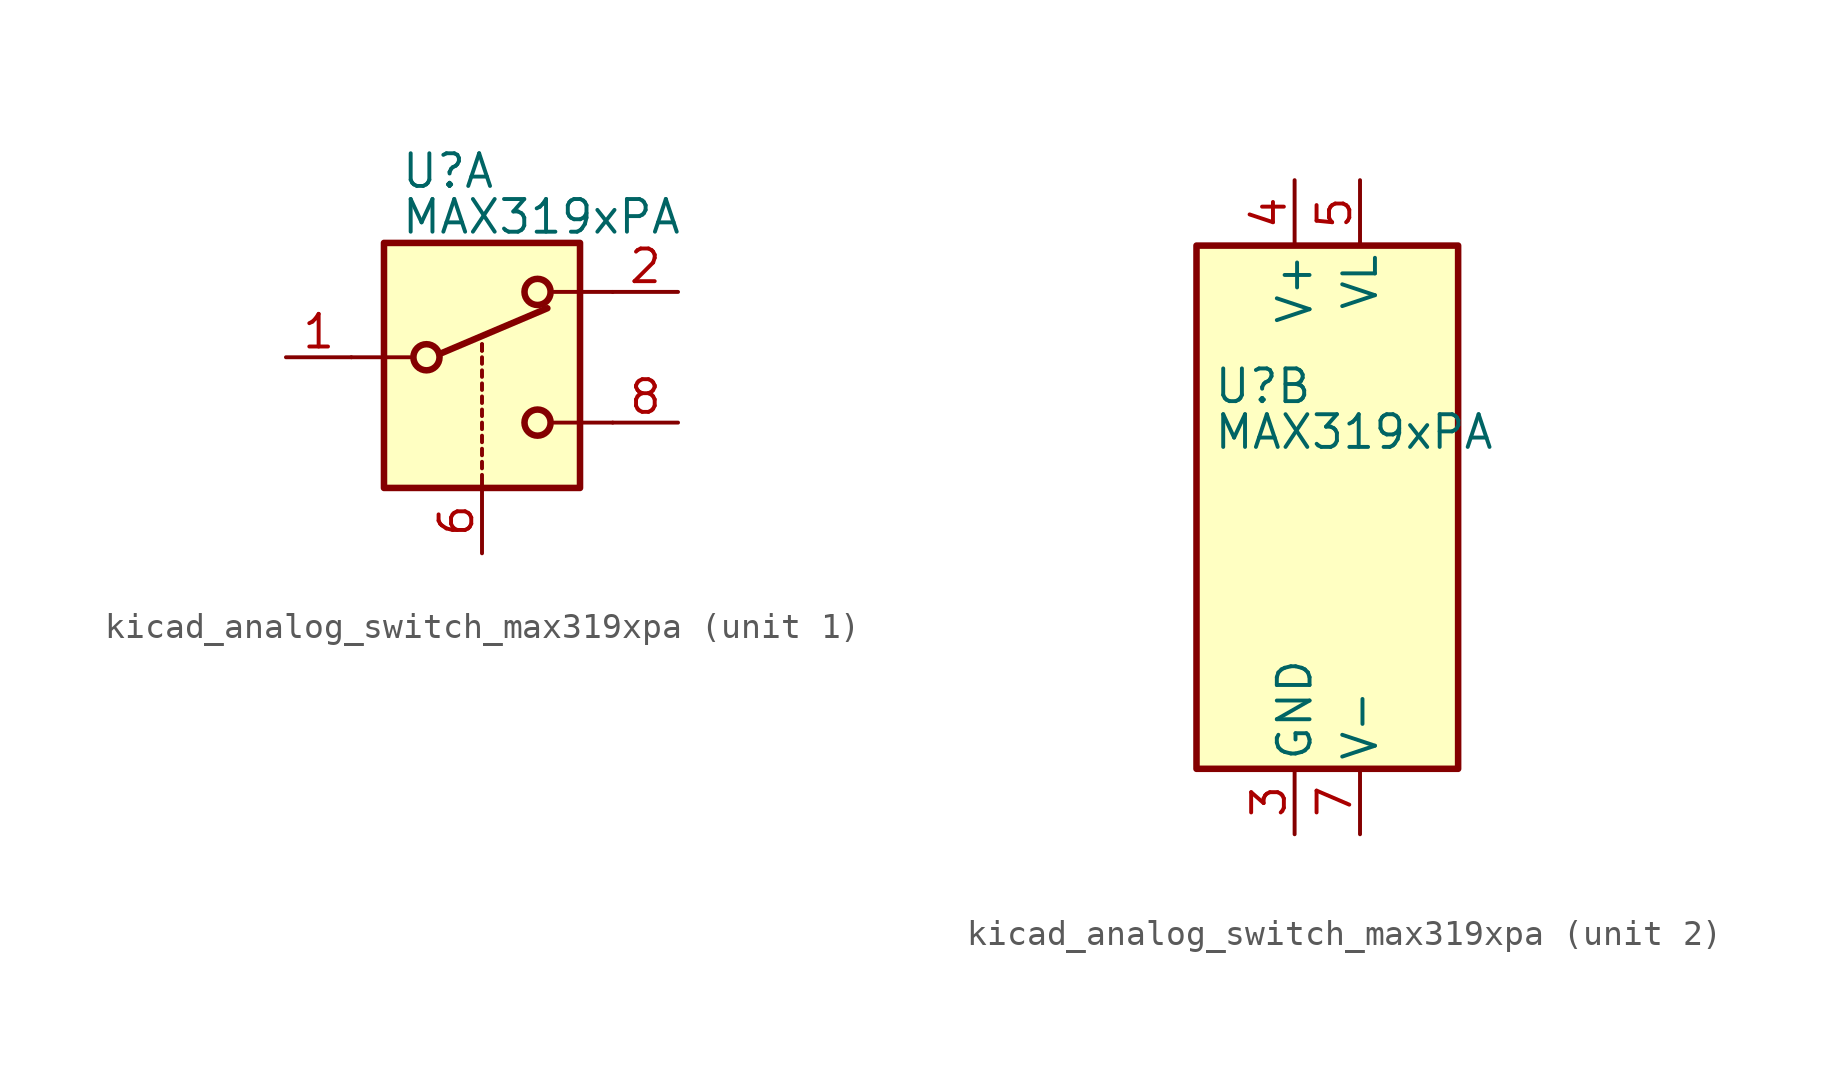
<source format=kicad_sym>
(kicad_symbol_lib
  (version 20220914)
  (generator kicad_symbol_editor)
  (symbol "kicad_analog_switch_max319xpa"
    (pin_names
      (offset 0.254))
    (property "Reference" "U"
      (at -3.175 4.699 0)
      (effects (font (size 1.27 1.27)) (justify left)))
    (property "Value" "MAX319xPA"
      (at -3.175 2.921 0)
      (effects (font (size 1.27 1.27)) (justify left)))
    (symbol "kicad_analog_switch_max319xpa_1_1"
      (rectangle (start -3.81 1.905) (end 3.81 -7.62) (stroke (width 0.254) (type default)) (fill (type background)))
      (circle (center -2.159 -2.54) (radius 0.508) (stroke (width 0.254) (type default)) (fill (type none)))
      (polyline (pts (xy -5.08 -2.54) (xy -2.794 -2.54)) (stroke (width 0) (type default)) (fill (type none)))
      (polyline (pts (xy -1.651 -2.413) (xy 2.54 -0.635)) (stroke (width 0.254) (type default)) (fill (type none)))
      (polyline (pts (xy 0 -7.62) (xy 0 -7.112)) (stroke (width 0) (type default)) (fill (type none)))
      (polyline (pts (xy 0 -6.858) (xy 0 -6.604)) (stroke (width 0) (type default)) (fill (type none)))
      (polyline (pts (xy 0 -6.35) (xy 0 -6.096)) (stroke (width 0) (type default)) (fill (type none)))
      (polyline (pts (xy 0 -5.842) (xy 0 -5.588)) (stroke (width 0) (type default)) (fill (type none)))
      (polyline (pts (xy 0 -5.334) (xy 0 -5.08)) (stroke (width 0) (type default)) (fill (type none)))
      (polyline (pts (xy 0 -4.826) (xy 0 -4.572)) (stroke (width 0) (type default)) (fill (type none)))
      (polyline (pts (xy 0 -4.318) (xy 0 -4.064)) (stroke (width 0) (type default)) (fill (type none)))
      (polyline (pts (xy 0 -3.81) (xy 0 -3.556)) (stroke (width 0) (type default)) (fill (type none)))
      (polyline (pts (xy 0 -3.302) (xy 0 -3.048)) (stroke (width 0) (type default)) (fill (type none)))
      (polyline (pts (xy 0 -2.794) (xy 0 -2.54)) (stroke (width 0) (type default)) (fill (type none)))
      (polyline (pts (xy 0 -2.286) (xy 0 -2.032)) (stroke (width 0) (type default)) (fill (type none)))
      (polyline (pts (xy 0 -2.286) (xy 0 -2.032)) (stroke (width 0) (type default)) (fill (type none)))
      (polyline (pts (xy 5.08 -5.08) (xy 2.794 -5.08)) (stroke (width 0) (type default)) (fill (type none)))
      (polyline (pts (xy 5.08 0) (xy 2.794 0)) (stroke (width 0) (type default)) (fill (type none)))
      (circle (center 2.159 -5.08) (radius 0.508) (stroke (width 0.254) (type default)) (fill (type none)))
      (circle (center 2.159 0) (radius 0.508) (stroke (width 0.254) (type default)) (fill (type none)))
      (pin passive line (at -7.62 -2.54 0) (length 2.54) (name "~" (effects (font (size 1.27 1.27)))) (number "1" (effects (font (size 1.27 1.27)))))
      (pin passive line (at 7.62 0 180) (length 2.54) (name "~" (effects (font (size 1.27 1.27)))) (number "2" (effects (font (size 1.27 1.27)))))
      (pin input line (at 0 -10.16 90) (length 2.54) (name "~" (effects (font (size 1.27 1.27)))) (number "6" (effects (font (size 1.27 1.27)))))
      (pin passive line (at 7.62 -5.08 180) (length 2.54) (name "~" (effects (font (size 1.27 1.27)))) (number "8" (effects (font (size 1.27 1.27))))))
    (symbol "kicad_analog_switch_max319xpa_2_0"
      (pin power_in line (at 0 -12.7 90) (length 2.54) (name "GND" (effects (font (size 1.27 1.27)))) (number "3" (effects (font (size 1.27 1.27)))))
      (pin power_in line (at 0 12.7 270) (length 2.54) (name "V+" (effects (font (size 1.27 1.27)))) (number "4" (effects (font (size 1.27 1.27)))))
      (pin power_in line (at 2.54 12.7 270) (length 2.54) (name "VL" (effects (font (size 1.27 1.27)))) (number "5" (effects (font (size 1.27 1.27)))))
      (pin power_in line (at 2.54 -12.7 90) (length 2.54) (name "V-" (effects (font (size 1.27 1.27)))) (number "7" (effects (font (size 1.27 1.27))))))
    (symbol "kicad_analog_switch_max319xpa_2_1"
      (rectangle (start -3.81 10.16) (end 6.35 -10.16) (stroke (width 0.254) (type default)) (fill (type background))))))
</source>
